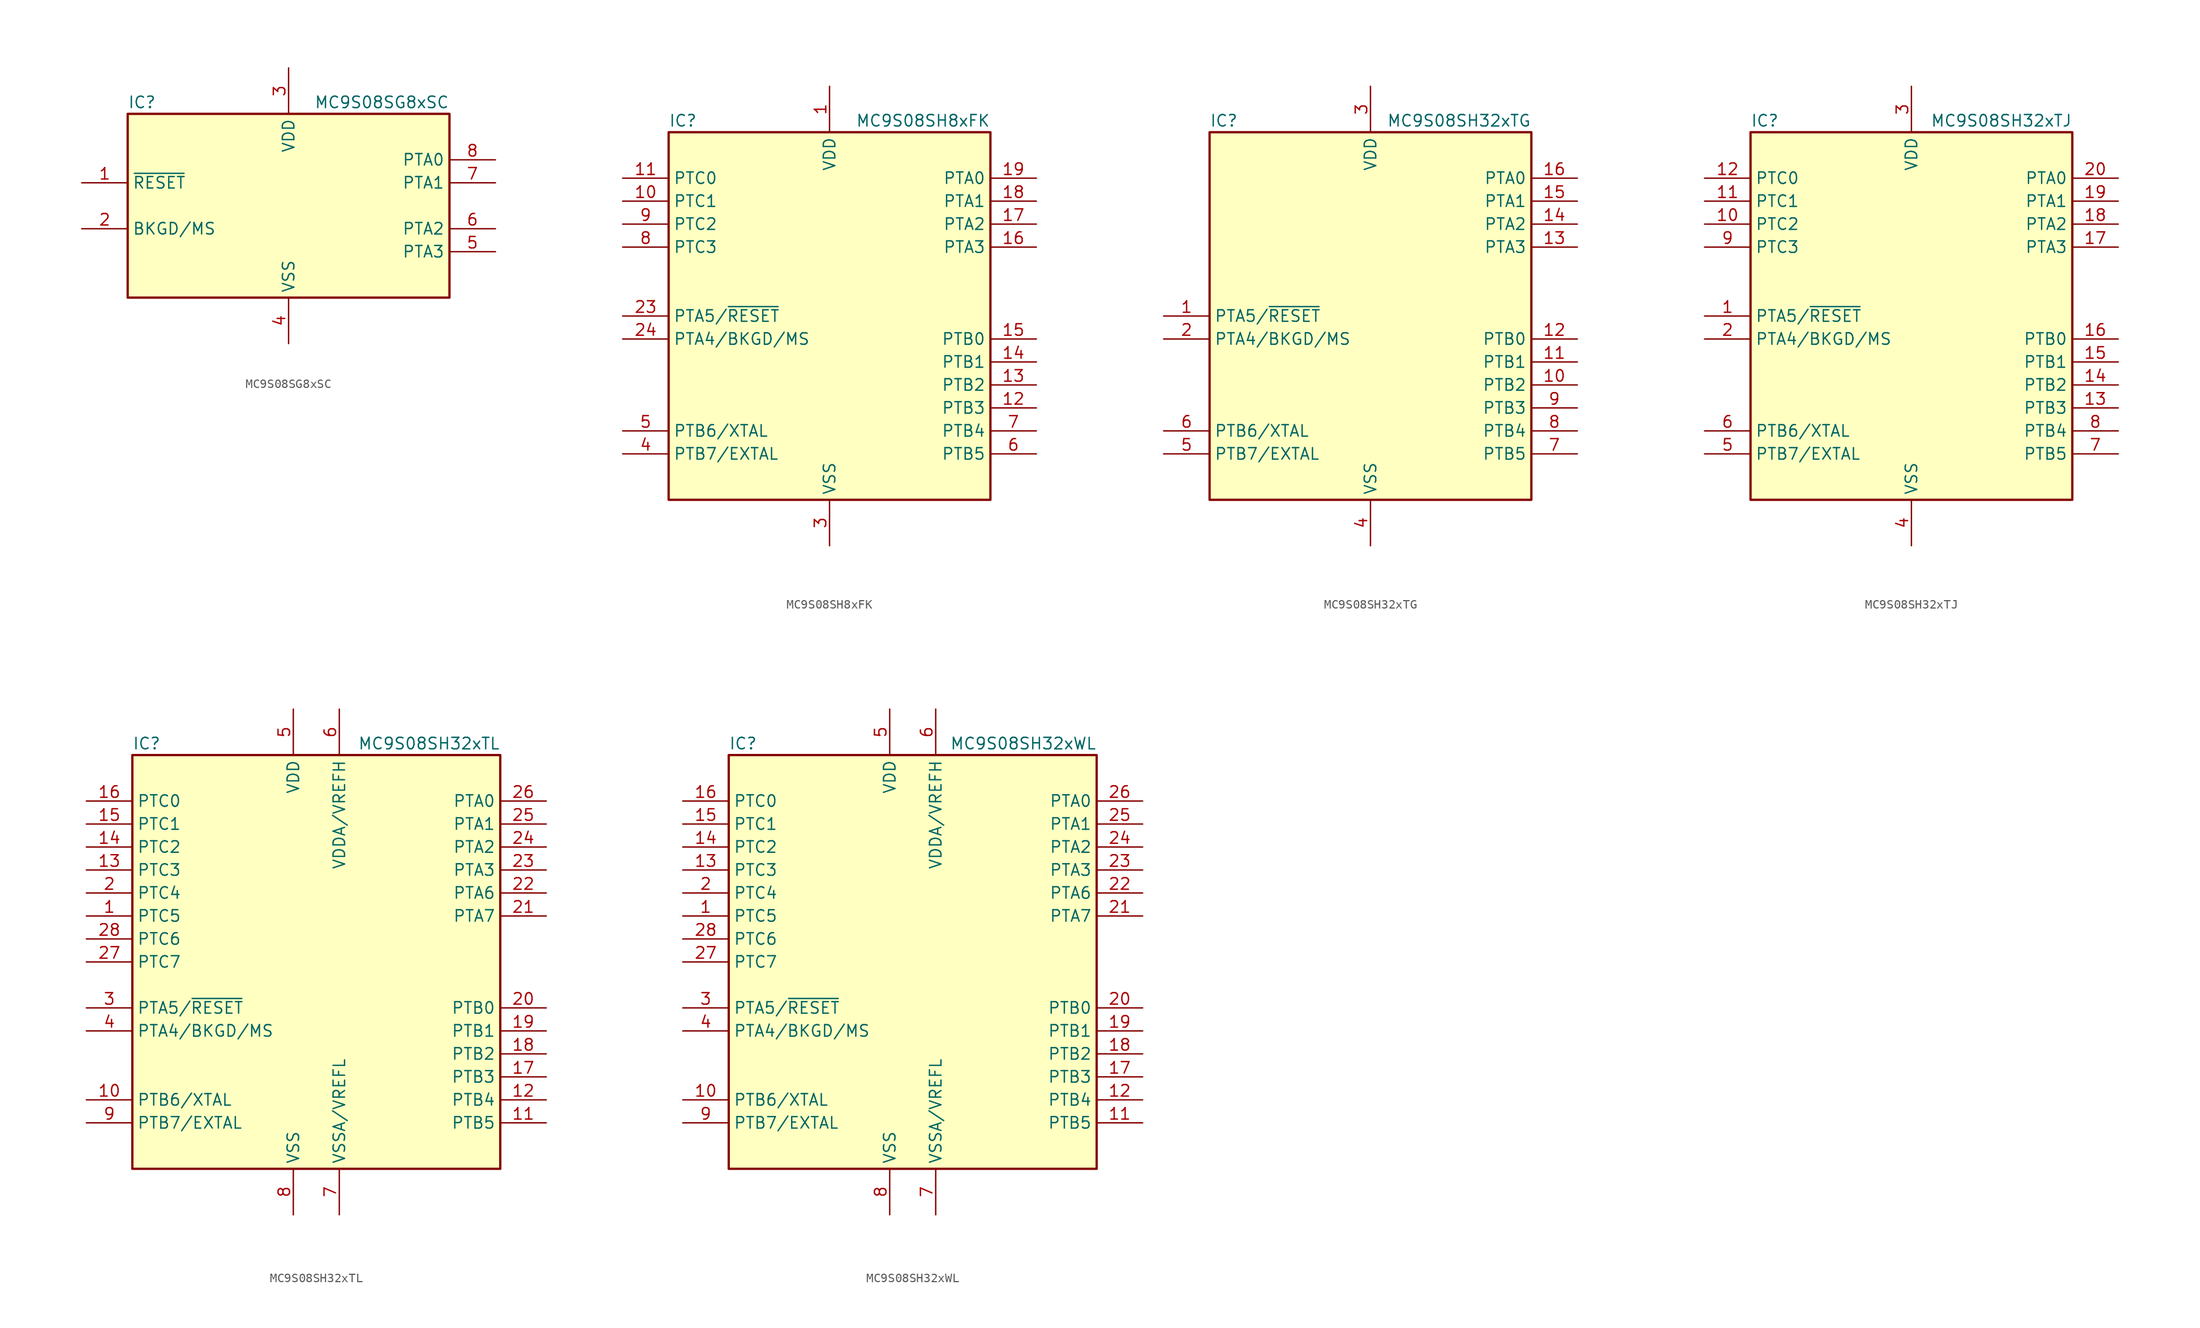
<source format=kicad_sym>
(kicad_symbol_lib
  (version 20201005)
  (generator kicad_symbol_editor)
  (symbol "MCU_NXP_S08:MC9S08SG8xSC"
    (property "Reference" "IC"
      (at -17.78 11.43 0)
      (effects (font (size 1.27 1.27)) (justify left)))
    (property "Value" "MC9S08SG8xSC"
      (at 17.78 11.43 0)
      (effects (font (size 1.27 1.27)) (justify right)))
    (symbol "MC9S08SG8xSC_0_1"
      (rectangle (start -17.78 10.16) (end 17.78 -10.16) (stroke (width 0.254)) (fill (type background))))
    (symbol "MC9S08SG8xSC_1_1"
      (pin input line (at -22.86 2.54 0) (length 5.08) (name "~RESET" (effects (font (size 1.27 1.27)))) (number "1" (effects (font (size 1.27 1.27)))))
      (pin bidirectional line (at -22.86 -2.54 0) (length 5.08) (name "BKGD/MS" (effects (font (size 1.27 1.27)))) (number "2" (effects (font (size 1.27 1.27)))))
      (pin power_in line (at 0 15.24 270) (length 5.08) (name "VDD" (effects (font (size 1.27 1.27)))) (number "3" (effects (font (size 1.27 1.27)))))
      (pin power_in line (at 0 -15.24 90) (length 5.08) (name "VSS" (effects (font (size 1.27 1.27)))) (number "4" (effects (font (size 1.27 1.27)))))
      (pin bidirectional line (at 22.86 -5.08 180) (length 5.08) (name "PTA3" (effects (font (size 1.27 1.27)))) (number "5" (effects (font (size 1.27 1.27)))))
      (pin bidirectional line (at 22.86 -2.54 180) (length 5.08) (name "PTA2" (effects (font (size 1.27 1.27)))) (number "6" (effects (font (size 1.27 1.27)))))
      (pin bidirectional line (at 22.86 2.54 180) (length 5.08) (name "PTA1" (effects (font (size 1.27 1.27)))) (number "7" (effects (font (size 1.27 1.27)))))
      (pin bidirectional line (at 22.86 5.08 180) (length 5.08) (name "PTA0" (effects (font (size 1.27 1.27)))) (number "8" (effects (font (size 1.27 1.27)))))))
  (symbol "MCU_NXP_S08:MC9S08SH8xFK"
    (property "Reference" "IC"
      (at -17.78 21.59 0)
      (effects (font (size 1.27 1.27)) (justify left)))
    (property "Value" "MC9S08SH8xFK"
      (at 17.78 21.59 0)
      (effects (font (size 1.27 1.27)) (justify right)))
    (symbol "MC9S08SH8xFK_0_1"
      (rectangle (start -17.78 20.32) (end 17.78 -20.32) (stroke (width 0.254)) (fill (type background))))
    (symbol "MC9S08SH8xFK_1_1"
      (pin power_in line (at 0 25.4 270) (length 5.08) (name "VDD" (effects (font (size 1.27 1.27)))) (number "1" (effects (font (size 1.27 1.27)))))
      (pin bidirectional line (at -22.86 12.7 0) (length 5.08) (name "PTC1" (effects (font (size 1.27 1.27)))) (number "10" (effects (font (size 1.27 1.27)))))
      (pin bidirectional line (at -22.86 15.24 0) (length 5.08) (name "PTC0" (effects (font (size 1.27 1.27)))) (number "11" (effects (font (size 1.27 1.27)))))
      (pin bidirectional line (at 22.86 -10.16 180) (length 5.08) (name "PTB3" (effects (font (size 1.27 1.27)))) (number "12" (effects (font (size 1.27 1.27)))))
      (pin bidirectional line (at 22.86 -7.62 180) (length 5.08) (name "PTB2" (effects (font (size 1.27 1.27)))) (number "13" (effects (font (size 1.27 1.27)))))
      (pin bidirectional line (at 22.86 -5.08 180) (length 5.08) (name "PTB1" (effects (font (size 1.27 1.27)))) (number "14" (effects (font (size 1.27 1.27)))))
      (pin bidirectional line (at 22.86 -2.54 180) (length 5.08) (name "PTB0" (effects (font (size 1.27 1.27)))) (number "15" (effects (font (size 1.27 1.27)))))
      (pin bidirectional line (at 22.86 7.62 180) (length 5.08) (name "PTA3" (effects (font (size 1.27 1.27)))) (number "16" (effects (font (size 1.27 1.27)))))
      (pin bidirectional line (at 22.86 10.16 180) (length 5.08) (name "PTA2" (effects (font (size 1.27 1.27)))) (number "17" (effects (font (size 1.27 1.27)))))
      (pin bidirectional line (at 22.86 12.7 180) (length 5.08) (name "PTA1" (effects (font (size 1.27 1.27)))) (number "18" (effects (font (size 1.27 1.27)))))
      (pin bidirectional line (at 22.86 15.24 180) (length 5.08) (name "PTA0" (effects (font (size 1.27 1.27)))) (number "19" (effects (font (size 1.27 1.27)))))
      (pin bidirectional line (at -22.86 0 0) (length 5.08) (name "PTA5/~RESET" (effects (font (size 1.27 1.27)))) (number "23" (effects (font (size 1.27 1.27)))))
      (pin bidirectional line (at -22.86 -2.54 0) (length 5.08) (name "PTA4/BKGD/MS" (effects (font (size 1.27 1.27)))) (number "24" (effects (font (size 1.27 1.27)))))
      (pin power_in line (at 0 -25.4 90) (length 5.08) (name "VSS" (effects (font (size 1.27 1.27)))) (number "3" (effects (font (size 1.27 1.27)))))
      (pin bidirectional line (at -22.86 -15.24 0) (length 5.08) (name "PTB7/EXTAL" (effects (font (size 1.27 1.27)))) (number "4" (effects (font (size 1.27 1.27)))))
      (pin bidirectional line (at -22.86 -12.7 0) (length 5.08) (name "PTB6/XTAL" (effects (font (size 1.27 1.27)))) (number "5" (effects (font (size 1.27 1.27)))))
      (pin bidirectional line (at 22.86 -15.24 180) (length 5.08) (name "PTB5" (effects (font (size 1.27 1.27)))) (number "6" (effects (font (size 1.27 1.27)))))
      (pin bidirectional line (at 22.86 -12.7 180) (length 5.08) (name "PTB4" (effects (font (size 1.27 1.27)))) (number "7" (effects (font (size 1.27 1.27)))))
      (pin bidirectional line (at -22.86 7.62 0) (length 5.08) (name "PTC3" (effects (font (size 1.27 1.27)))) (number "8" (effects (font (size 1.27 1.27)))))
      (pin bidirectional line (at -22.86 10.16 0) (length 5.08) (name "PTC2" (effects (font (size 1.27 1.27)))) (number "9" (effects (font (size 1.27 1.27)))))))
  (symbol "MCU_NXP_S08:MC9S08SH32xTG"
    (property "Reference" "IC"
      (at -17.78 21.59 0)
      (effects (font (size 1.27 1.27)) (justify left)))
    (property "Value" "MC9S08SH32xTG"
      (at 17.78 21.59 0)
      (effects (font (size 1.27 1.27)) (justify right)))
    (symbol "MC9S08SH32xTG_0_1"
      (rectangle (start -17.78 20.32) (end 17.78 -20.32) (stroke (width 0.254)) (fill (type background))))
    (symbol "MC9S08SH32xTG_1_1"
      (pin bidirectional line (at -22.86 0 0) (length 5.08) (name "PTA5/~RESET" (effects (font (size 1.27 1.27)))) (number "1" (effects (font (size 1.27 1.27)))))
      (pin bidirectional line (at 22.86 -7.62 180) (length 5.08) (name "PTB2" (effects (font (size 1.27 1.27)))) (number "10" (effects (font (size 1.27 1.27)))))
      (pin bidirectional line (at 22.86 -5.08 180) (length 5.08) (name "PTB1" (effects (font (size 1.27 1.27)))) (number "11" (effects (font (size 1.27 1.27)))))
      (pin bidirectional line (at 22.86 -2.54 180) (length 5.08) (name "PTB0" (effects (font (size 1.27 1.27)))) (number "12" (effects (font (size 1.27 1.27)))))
      (pin bidirectional line (at 22.86 7.62 180) (length 5.08) (name "PTA3" (effects (font (size 1.27 1.27)))) (number "13" (effects (font (size 1.27 1.27)))))
      (pin bidirectional line (at 22.86 10.16 180) (length 5.08) (name "PTA2" (effects (font (size 1.27 1.27)))) (number "14" (effects (font (size 1.27 1.27)))))
      (pin bidirectional line (at 22.86 12.7 180) (length 5.08) (name "PTA1" (effects (font (size 1.27 1.27)))) (number "15" (effects (font (size 1.27 1.27)))))
      (pin bidirectional line (at 22.86 15.24 180) (length 5.08) (name "PTA0" (effects (font (size 1.27 1.27)))) (number "16" (effects (font (size 1.27 1.27)))))
      (pin bidirectional line (at -22.86 -2.54 0) (length 5.08) (name "PTA4/BKGD/MS" (effects (font (size 1.27 1.27)))) (number "2" (effects (font (size 1.27 1.27)))))
      (pin power_in line (at 0 25.4 270) (length 5.08) (name "VDD" (effects (font (size 1.27 1.27)))) (number "3" (effects (font (size 1.27 1.27)))))
      (pin power_in line (at 0 -25.4 90) (length 5.08) (name "VSS" (effects (font (size 1.27 1.27)))) (number "4" (effects (font (size 1.27 1.27)))))
      (pin bidirectional line (at -22.86 -15.24 0) (length 5.08) (name "PTB7/EXTAL" (effects (font (size 1.27 1.27)))) (number "5" (effects (font (size 1.27 1.27)))))
      (pin bidirectional line (at -22.86 -12.7 0) (length 5.08) (name "PTB6/XTAL" (effects (font (size 1.27 1.27)))) (number "6" (effects (font (size 1.27 1.27)))))
      (pin bidirectional line (at 22.86 -15.24 180) (length 5.08) (name "PTB5" (effects (font (size 1.27 1.27)))) (number "7" (effects (font (size 1.27 1.27)))))
      (pin bidirectional line (at 22.86 -12.7 180) (length 5.08) (name "PTB4" (effects (font (size 1.27 1.27)))) (number "8" (effects (font (size 1.27 1.27)))))
      (pin bidirectional line (at 22.86 -10.16 180) (length 5.08) (name "PTB3" (effects (font (size 1.27 1.27)))) (number "9" (effects (font (size 1.27 1.27)))))))
  (symbol "MCU_NXP_S08:MC9S08SH32xTJ"
    (property "Reference" "IC"
      (at -17.78 21.59 0)
      (effects (font (size 1.27 1.27)) (justify left)))
    (property "Value" "MC9S08SH32xTJ"
      (at 17.78 21.59 0)
      (effects (font (size 1.27 1.27)) (justify right)))
    (symbol "MC9S08SH32xTJ_0_1"
      (rectangle (start -17.78 20.32) (end 17.78 -20.32) (stroke (width 0.254)) (fill (type background))))
    (symbol "MC9S08SH32xTJ_1_1"
      (pin bidirectional line (at -22.86 0 0) (length 5.08) (name "PTA5/~RESET" (effects (font (size 1.27 1.27)))) (number "1" (effects (font (size 1.27 1.27)))))
      (pin bidirectional line (at -22.86 10.16 0) (length 5.08) (name "PTC2" (effects (font (size 1.27 1.27)))) (number "10" (effects (font (size 1.27 1.27)))))
      (pin bidirectional line (at -22.86 12.7 0) (length 5.08) (name "PTC1" (effects (font (size 1.27 1.27)))) (number "11" (effects (font (size 1.27 1.27)))))
      (pin bidirectional line (at -22.86 15.24 0) (length 5.08) (name "PTC0" (effects (font (size 1.27 1.27)))) (number "12" (effects (font (size 1.27 1.27)))))
      (pin bidirectional line (at 22.86 -10.16 180) (length 5.08) (name "PTB3" (effects (font (size 1.27 1.27)))) (number "13" (effects (font (size 1.27 1.27)))))
      (pin bidirectional line (at 22.86 -7.62 180) (length 5.08) (name "PTB2" (effects (font (size 1.27 1.27)))) (number "14" (effects (font (size 1.27 1.27)))))
      (pin bidirectional line (at 22.86 -5.08 180) (length 5.08) (name "PTB1" (effects (font (size 1.27 1.27)))) (number "15" (effects (font (size 1.27 1.27)))))
      (pin bidirectional line (at 22.86 -2.54 180) (length 5.08) (name "PTB0" (effects (font (size 1.27 1.27)))) (number "16" (effects (font (size 1.27 1.27)))))
      (pin bidirectional line (at 22.86 7.62 180) (length 5.08) (name "PTA3" (effects (font (size 1.27 1.27)))) (number "17" (effects (font (size 1.27 1.27)))))
      (pin bidirectional line (at 22.86 10.16 180) (length 5.08) (name "PTA2" (effects (font (size 1.27 1.27)))) (number "18" (effects (font (size 1.27 1.27)))))
      (pin bidirectional line (at 22.86 12.7 180) (length 5.08) (name "PTA1" (effects (font (size 1.27 1.27)))) (number "19" (effects (font (size 1.27 1.27)))))
      (pin bidirectional line (at -22.86 -2.54 0) (length 5.08) (name "PTA4/BKGD/MS" (effects (font (size 1.27 1.27)))) (number "2" (effects (font (size 1.27 1.27)))))
      (pin bidirectional line (at 22.86 15.24 180) (length 5.08) (name "PTA0" (effects (font (size 1.27 1.27)))) (number "20" (effects (font (size 1.27 1.27)))))
      (pin power_in line (at 0 25.4 270) (length 5.08) (name "VDD" (effects (font (size 1.27 1.27)))) (number "3" (effects (font (size 1.27 1.27)))))
      (pin power_in line (at 0 -25.4 90) (length 5.08) (name "VSS" (effects (font (size 1.27 1.27)))) (number "4" (effects (font (size 1.27 1.27)))))
      (pin bidirectional line (at -22.86 -15.24 0) (length 5.08) (name "PTB7/EXTAL" (effects (font (size 1.27 1.27)))) (number "5" (effects (font (size 1.27 1.27)))))
      (pin bidirectional line (at -22.86 -12.7 0) (length 5.08) (name "PTB6/XTAL" (effects (font (size 1.27 1.27)))) (number "6" (effects (font (size 1.27 1.27)))))
      (pin bidirectional line (at 22.86 -15.24 180) (length 5.08) (name "PTB5" (effects (font (size 1.27 1.27)))) (number "7" (effects (font (size 1.27 1.27)))))
      (pin bidirectional line (at 22.86 -12.7 180) (length 5.08) (name "PTB4" (effects (font (size 1.27 1.27)))) (number "8" (effects (font (size 1.27 1.27)))))
      (pin bidirectional line (at -22.86 7.62 0) (length 5.08) (name "PTC3" (effects (font (size 1.27 1.27)))) (number "9" (effects (font (size 1.27 1.27)))))))
  (symbol "MCU_NXP_S08:MC9S08SH32xTL"
    (property "Reference" "IC"
      (at -20.32 24.13 0)
      (effects (font (size 1.27 1.27)) (justify left)))
    (property "Value" "MC9S08SH32xTL"
      (at 20.32 24.13 0)
      (effects (font (size 1.27 1.27)) (justify right)))
    (symbol "MC9S08SH32xTL_0_1"
      (rectangle (start -20.32 22.86) (end 20.32 -22.86) (stroke (width 0.254)) (fill (type background))))
    (symbol "MC9S08SH32xTL_1_1"
      (pin bidirectional line (at -25.4 5.08 0) (length 5.08) (name "PTC5" (effects (font (size 1.27 1.27)))) (number "1" (effects (font (size 1.27 1.27)))))
      (pin bidirectional line (at -25.4 -15.24 0) (length 5.08) (name "PTB6/XTAL" (effects (font (size 1.27 1.27)))) (number "10" (effects (font (size 1.27 1.27)))))
      (pin bidirectional line (at 25.4 -17.78 180) (length 5.08) (name "PTB5" (effects (font (size 1.27 1.27)))) (number "11" (effects (font (size 1.27 1.27)))))
      (pin bidirectional line (at 25.4 -15.24 180) (length 5.08) (name "PTB4" (effects (font (size 1.27 1.27)))) (number "12" (effects (font (size 1.27 1.27)))))
      (pin bidirectional line (at -25.4 10.16 0) (length 5.08) (name "PTC3" (effects (font (size 1.27 1.27)))) (number "13" (effects (font (size 1.27 1.27)))))
      (pin bidirectional line (at -25.4 12.7 0) (length 5.08) (name "PTC2" (effects (font (size 1.27 1.27)))) (number "14" (effects (font (size 1.27 1.27)))))
      (pin bidirectional line (at -25.4 15.24 0) (length 5.08) (name "PTC1" (effects (font (size 1.27 1.27)))) (number "15" (effects (font (size 1.27 1.27)))))
      (pin bidirectional line (at -25.4 17.78 0) (length 5.08) (name "PTC0" (effects (font (size 1.27 1.27)))) (number "16" (effects (font (size 1.27 1.27)))))
      (pin bidirectional line (at 25.4 -12.7 180) (length 5.08) (name "PTB3" (effects (font (size 1.27 1.27)))) (number "17" (effects (font (size 1.27 1.27)))))
      (pin bidirectional line (at 25.4 -10.16 180) (length 5.08) (name "PTB2" (effects (font (size 1.27 1.27)))) (number "18" (effects (font (size 1.27 1.27)))))
      (pin bidirectional line (at 25.4 -7.62 180) (length 5.08) (name "PTB1" (effects (font (size 1.27 1.27)))) (number "19" (effects (font (size 1.27 1.27)))))
      (pin bidirectional line (at -25.4 7.62 0) (length 5.08) (name "PTC4" (effects (font (size 1.27 1.27)))) (number "2" (effects (font (size 1.27 1.27)))))
      (pin bidirectional line (at 25.4 -5.08 180) (length 5.08) (name "PTB0" (effects (font (size 1.27 1.27)))) (number "20" (effects (font (size 1.27 1.27)))))
      (pin bidirectional line (at 25.4 5.08 180) (length 5.08) (name "PTA7" (effects (font (size 1.27 1.27)))) (number "21" (effects (font (size 1.27 1.27)))))
      (pin bidirectional line (at 25.4 7.62 180) (length 5.08) (name "PTA6" (effects (font (size 1.27 1.27)))) (number "22" (effects (font (size 1.27 1.27)))))
      (pin bidirectional line (at 25.4 10.16 180) (length 5.08) (name "PTA3" (effects (font (size 1.27 1.27)))) (number "23" (effects (font (size 1.27 1.27)))))
      (pin bidirectional line (at 25.4 12.7 180) (length 5.08) (name "PTA2" (effects (font (size 1.27 1.27)))) (number "24" (effects (font (size 1.27 1.27)))))
      (pin bidirectional line (at 25.4 15.24 180) (length 5.08) (name "PTA1" (effects (font (size 1.27 1.27)))) (number "25" (effects (font (size 1.27 1.27)))))
      (pin bidirectional line (at 25.4 17.78 180) (length 5.08) (name "PTA0" (effects (font (size 1.27 1.27)))) (number "26" (effects (font (size 1.27 1.27)))))
      (pin bidirectional line (at -25.4 0 0) (length 5.08) (name "PTC7" (effects (font (size 1.27 1.27)))) (number "27" (effects (font (size 1.27 1.27)))))
      (pin bidirectional line (at -25.4 2.54 0) (length 5.08) (name "PTC6" (effects (font (size 1.27 1.27)))) (number "28" (effects (font (size 1.27 1.27)))))
      (pin bidirectional line (at -25.4 -5.08 0) (length 5.08) (name "PTA5/~RESET" (effects (font (size 1.27 1.27)))) (number "3" (effects (font (size 1.27 1.27)))))
      (pin bidirectional line (at -25.4 -7.62 0) (length 5.08) (name "PTA4/BKGD/MS" (effects (font (size 1.27 1.27)))) (number "4" (effects (font (size 1.27 1.27)))))
      (pin power_in line (at -2.54 27.94 270) (length 5.08) (name "VDD" (effects (font (size 1.27 1.27)))) (number "5" (effects (font (size 1.27 1.27)))))
      (pin power_in line (at 2.54 27.94 270) (length 5.08) (name "VDDA/VREFH" (effects (font (size 1.27 1.27)))) (number "6" (effects (font (size 1.27 1.27)))))
      (pin power_in line (at 2.54 -27.94 90) (length 5.08) (name "VSSA/VREFL" (effects (font (size 1.27 1.27)))) (number "7" (effects (font (size 1.27 1.27)))))
      (pin power_in line (at -2.54 -27.94 90) (length 5.08) (name "VSS" (effects (font (size 1.27 1.27)))) (number "8" (effects (font (size 1.27 1.27)))))
      (pin bidirectional line (at -25.4 -17.78 0) (length 5.08) (name "PTB7/EXTAL" (effects (font (size 1.27 1.27)))) (number "9" (effects (font (size 1.27 1.27)))))))
  (symbol "MCU_NXP_S08:MC9S08SH32xWL"
    (property "Reference" "IC"
      (at -20.32 24.13 0)
      (effects (font (size 1.27 1.27)) (justify left)))
    (property "Value" "MC9S08SH32xWL"
      (at 20.32 24.13 0)
      (effects (font (size 1.27 1.27)) (justify right)))
    (symbol "MC9S08SH32xWL_0_1"
      (rectangle (start -20.32 22.86) (end 20.32 -22.86) (stroke (width 0.254)) (fill (type background))))
    (symbol "MC9S08SH32xWL_1_1"
      (pin bidirectional line (at -25.4 5.08 0) (length 5.08) (name "PTC5" (effects (font (size 1.27 1.27)))) (number "1" (effects (font (size 1.27 1.27)))))
      (pin bidirectional line (at -25.4 -15.24 0) (length 5.08) (name "PTB6/XTAL" (effects (font (size 1.27 1.27)))) (number "10" (effects (font (size 1.27 1.27)))))
      (pin bidirectional line (at 25.4 -17.78 180) (length 5.08) (name "PTB5" (effects (font (size 1.27 1.27)))) (number "11" (effects (font (size 1.27 1.27)))))
      (pin bidirectional line (at 25.4 -15.24 180) (length 5.08) (name "PTB4" (effects (font (size 1.27 1.27)))) (number "12" (effects (font (size 1.27 1.27)))))
      (pin bidirectional line (at -25.4 10.16 0) (length 5.08) (name "PTC3" (effects (font (size 1.27 1.27)))) (number "13" (effects (font (size 1.27 1.27)))))
      (pin bidirectional line (at -25.4 12.7 0) (length 5.08) (name "PTC2" (effects (font (size 1.27 1.27)))) (number "14" (effects (font (size 1.27 1.27)))))
      (pin bidirectional line (at -25.4 15.24 0) (length 5.08) (name "PTC1" (effects (font (size 1.27 1.27)))) (number "15" (effects (font (size 1.27 1.27)))))
      (pin bidirectional line (at -25.4 17.78 0) (length 5.08) (name "PTC0" (effects (font (size 1.27 1.27)))) (number "16" (effects (font (size 1.27 1.27)))))
      (pin bidirectional line (at 25.4 -12.7 180) (length 5.08) (name "PTB3" (effects (font (size 1.27 1.27)))) (number "17" (effects (font (size 1.27 1.27)))))
      (pin bidirectional line (at 25.4 -10.16 180) (length 5.08) (name "PTB2" (effects (font (size 1.27 1.27)))) (number "18" (effects (font (size 1.27 1.27)))))
      (pin bidirectional line (at 25.4 -7.62 180) (length 5.08) (name "PTB1" (effects (font (size 1.27 1.27)))) (number "19" (effects (font (size 1.27 1.27)))))
      (pin bidirectional line (at -25.4 7.62 0) (length 5.08) (name "PTC4" (effects (font (size 1.27 1.27)))) (number "2" (effects (font (size 1.27 1.27)))))
      (pin bidirectional line (at 25.4 -5.08 180) (length 5.08) (name "PTB0" (effects (font (size 1.27 1.27)))) (number "20" (effects (font (size 1.27 1.27)))))
      (pin bidirectional line (at 25.4 5.08 180) (length 5.08) (name "PTA7" (effects (font (size 1.27 1.27)))) (number "21" (effects (font (size 1.27 1.27)))))
      (pin bidirectional line (at 25.4 7.62 180) (length 5.08) (name "PTA6" (effects (font (size 1.27 1.27)))) (number "22" (effects (font (size 1.27 1.27)))))
      (pin bidirectional line (at 25.4 10.16 180) (length 5.08) (name "PTA3" (effects (font (size 1.27 1.27)))) (number "23" (effects (font (size 1.27 1.27)))))
      (pin bidirectional line (at 25.4 12.7 180) (length 5.08) (name "PTA2" (effects (font (size 1.27 1.27)))) (number "24" (effects (font (size 1.27 1.27)))))
      (pin bidirectional line (at 25.4 15.24 180) (length 5.08) (name "PTA1" (effects (font (size 1.27 1.27)))) (number "25" (effects (font (size 1.27 1.27)))))
      (pin bidirectional line (at 25.4 17.78 180) (length 5.08) (name "PTA0" (effects (font (size 1.27 1.27)))) (number "26" (effects (font (size 1.27 1.27)))))
      (pin bidirectional line (at -25.4 0 0) (length 5.08) (name "PTC7" (effects (font (size 1.27 1.27)))) (number "27" (effects (font (size 1.27 1.27)))))
      (pin bidirectional line (at -25.4 2.54 0) (length 5.08) (name "PTC6" (effects (font (size 1.27 1.27)))) (number "28" (effects (font (size 1.27 1.27)))))
      (pin bidirectional line (at -25.4 -5.08 0) (length 5.08) (name "PTA5/~RESET" (effects (font (size 1.27 1.27)))) (number "3" (effects (font (size 1.27 1.27)))))
      (pin bidirectional line (at -25.4 -7.62 0) (length 5.08) (name "PTA4/BKGD/MS" (effects (font (size 1.27 1.27)))) (number "4" (effects (font (size 1.27 1.27)))))
      (pin power_in line (at -2.54 27.94 270) (length 5.08) (name "VDD" (effects (font (size 1.27 1.27)))) (number "5" (effects (font (size 1.27 1.27)))))
      (pin power_in line (at 2.54 27.94 270) (length 5.08) (name "VDDA/VREFH" (effects (font (size 1.27 1.27)))) (number "6" (effects (font (size 1.27 1.27)))))
      (pin power_in line (at 2.54 -27.94 90) (length 5.08) (name "VSSA/VREFL" (effects (font (size 1.27 1.27)))) (number "7" (effects (font (size 1.27 1.27)))))
      (pin power_in line (at -2.54 -27.94 90) (length 5.08) (name "VSS" (effects (font (size 1.27 1.27)))) (number "8" (effects (font (size 1.27 1.27)))))
      (pin bidirectional line (at -25.4 -17.78 0) (length 5.08) (name "PTB7/EXTAL" (effects (font (size 1.27 1.27)))) (number "9" (effects (font (size 1.27 1.27))))))))
</source>
